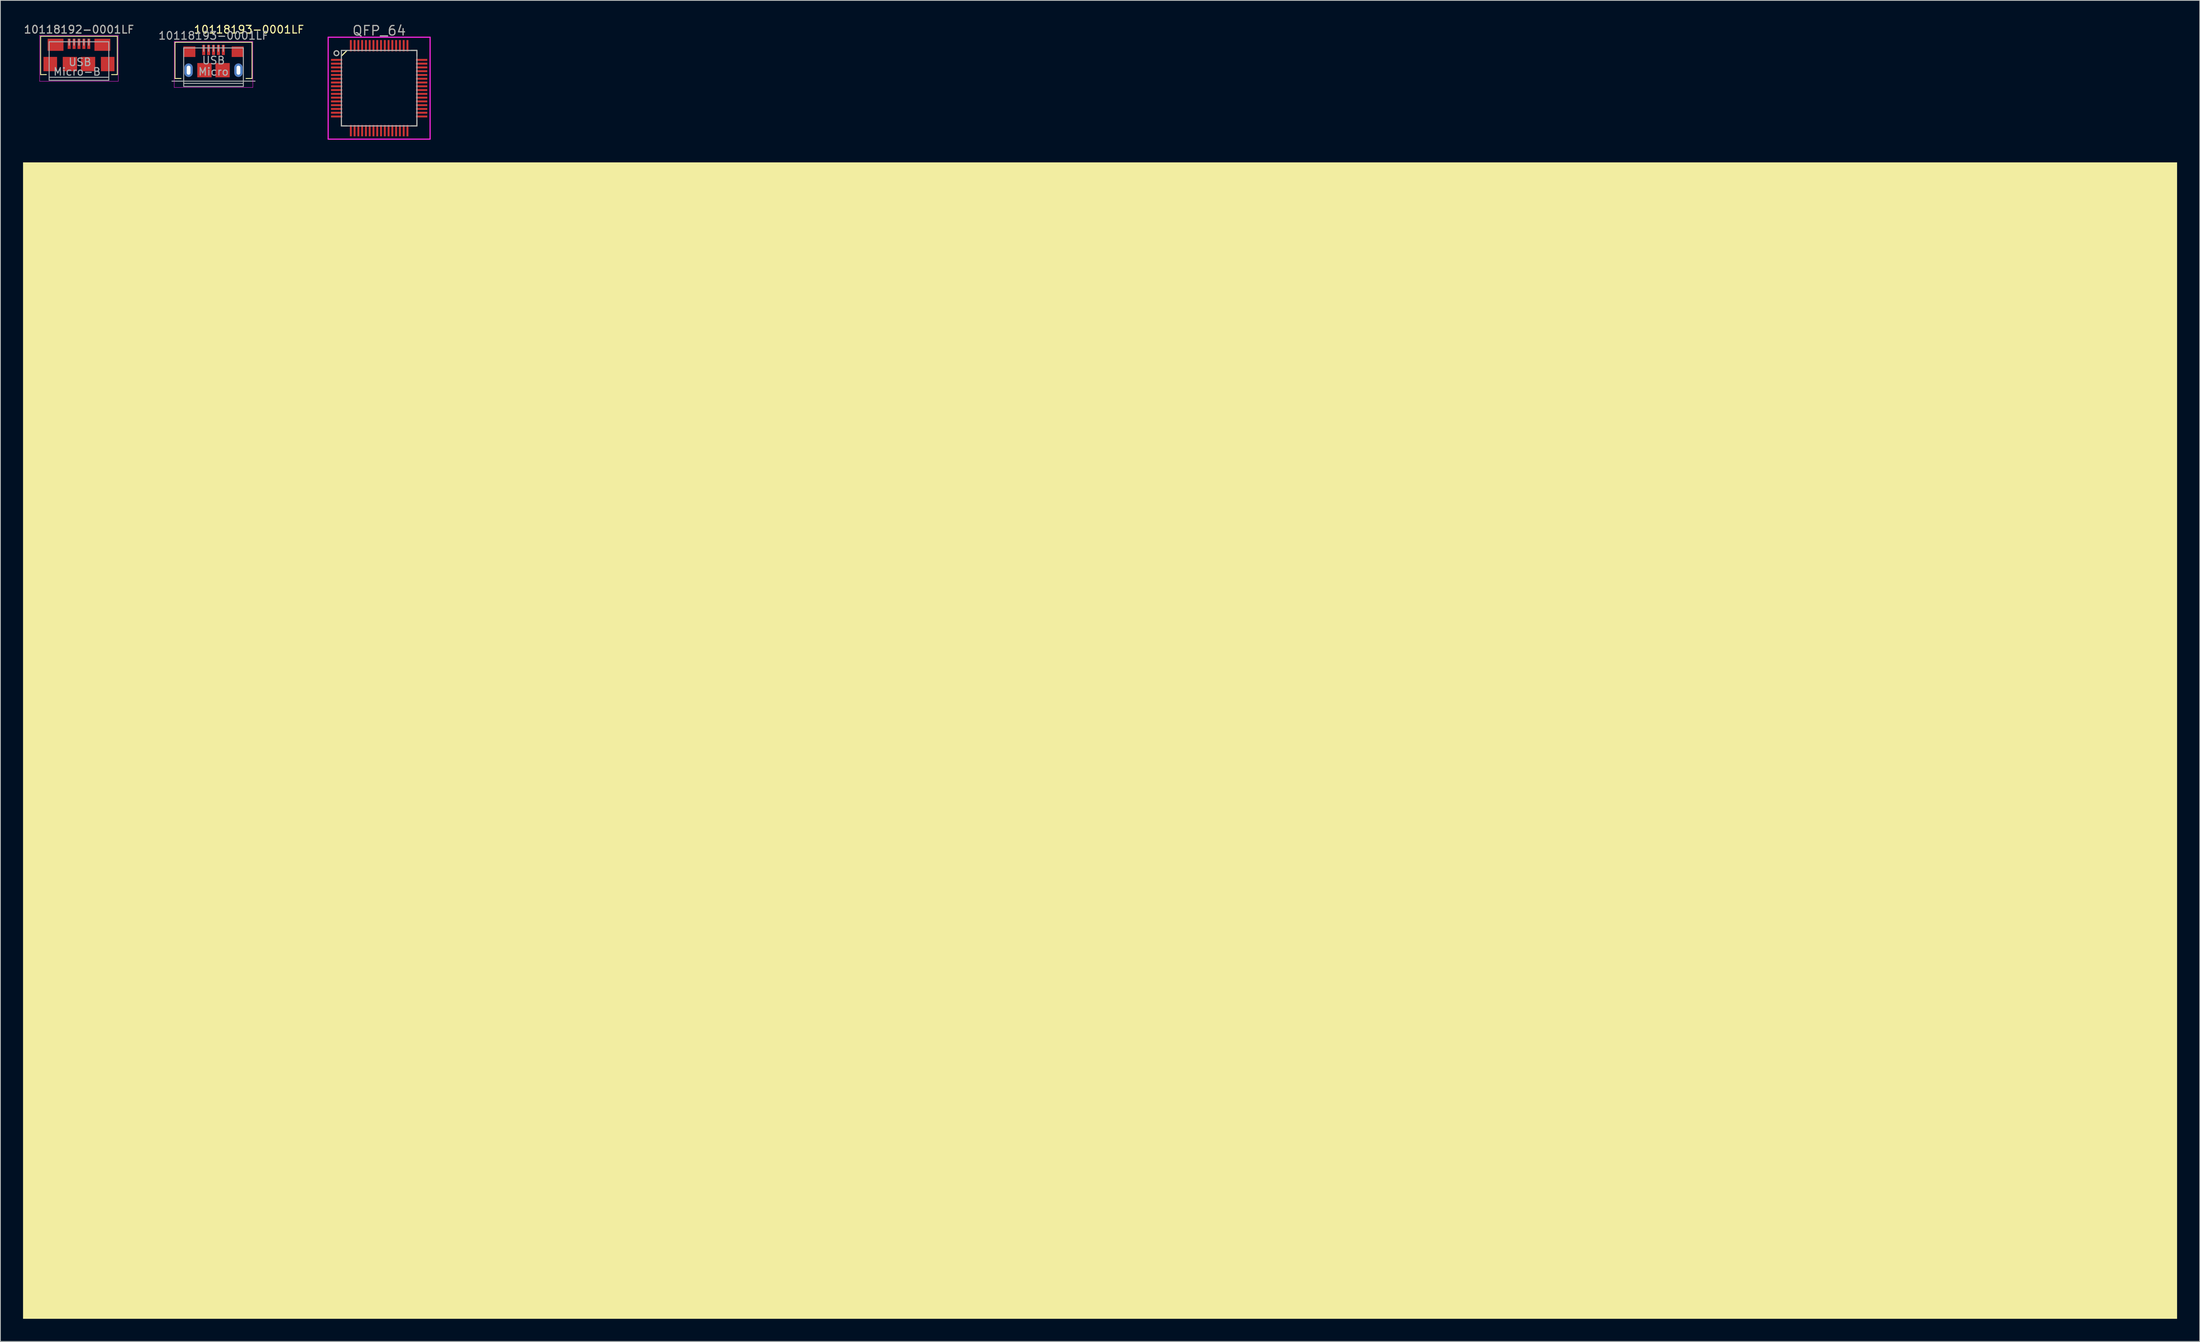
<source format=kicad_pcb>
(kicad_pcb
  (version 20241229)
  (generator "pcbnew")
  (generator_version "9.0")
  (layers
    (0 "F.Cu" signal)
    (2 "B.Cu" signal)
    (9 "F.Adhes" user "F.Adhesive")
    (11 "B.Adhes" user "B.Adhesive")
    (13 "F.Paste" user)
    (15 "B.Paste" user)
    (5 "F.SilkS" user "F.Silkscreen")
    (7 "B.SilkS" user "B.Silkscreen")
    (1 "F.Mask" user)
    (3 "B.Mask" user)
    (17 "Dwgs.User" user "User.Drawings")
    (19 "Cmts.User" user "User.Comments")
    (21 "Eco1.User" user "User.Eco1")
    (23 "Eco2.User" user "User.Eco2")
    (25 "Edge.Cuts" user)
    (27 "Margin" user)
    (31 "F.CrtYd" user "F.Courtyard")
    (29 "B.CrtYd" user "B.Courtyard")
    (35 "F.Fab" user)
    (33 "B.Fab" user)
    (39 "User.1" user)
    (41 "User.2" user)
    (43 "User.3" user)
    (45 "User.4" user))
  (footprint "QQ"
    (layer "F.Cu")
    (at 142.499 94.914)
    (property "Reference" "QQ" (at 0 0 0) (layer "F.SilkS") (effects (font (size 1.524 1.524) (thickness 0.3))))
    (attr through_hole)
    (fp_poly (pts (xy 142.748 76.708) (xy -142.494 76.708) (xy -142.494 -76.454) (xy 142.748 -76.454) (xy 142.748 76.708)) (stroke (width 0.01) (type solid)) (fill yes) (layer "F.SilkS")))
  (footprint "QFP_64"
    (layer "F.Cu")
    (at 47.157 8.63)
    (property "Reference" "QFP_64" (at 0 -7.62 0) (layer "F.SilkS") (effects (font (size 1.27 1.27) (thickness 0.152))))
    (attr through_hole)
    (fp_line (start -5 -4.25) (end -4.25 -5) (stroke (width 0.152) (type solid)) (layer "F.SilkS"))
    (fp_line (start -5 5) (end -5 4.25) (stroke (width 0.152) (type solid)) (layer "F.SilkS"))
    (fp_line (start -4.25 5) (end -5 5) (stroke (width 0.152) (type solid)) (layer "F.SilkS"))
    (fp_line (start 4.25 -5) (end 5 -5) (stroke (width 0.152) (type solid)) (layer "F.SilkS"))
    (fp_line (start 4.25 5) (end 5 5) (stroke (width 0.152) (type solid)) (layer "F.SilkS"))
    (fp_line (start 5 -5) (end 5 -4.25) (stroke (width 0.152) (type solid)) (layer "F.SilkS"))
    (fp_line (start 5 5) (end 5 4.25) (stroke (width 0.152) (type solid)) (layer "F.SilkS"))
    (fp_circle (center -5.652 -4.636) (end -5.461 -4.381) (stroke (width 0.152) (type solid)) (fill no) (layer "F.SilkS"))
    (fp_line (start -6.75 -6.75) (end 6.75 -6.75) (stroke (width 0.15) (type solid)) (layer "F.CrtYd"))
    (fp_line (start -6.75 6.75) (end -6.75 -6.75) (stroke (width 0.15) (type solid)) (layer "F.CrtYd"))
    (fp_line (start 6.75 -6.75) (end 6.75 6.75) (stroke (width 0.15) (type solid)) (layer "F.CrtYd"))
    (fp_line (start 6.75 6.75) (end -6.75 6.75) (stroke (width 0.15) (type solid)) (layer "F.CrtYd"))
    (fp_line (start -5 5) (end -5 -5) (stroke (width 0.152) (type solid)) (layer "F.Fab"))
    (fp_line (start -5 5) (end 5 5) (stroke (width 0.152) (type solid)) (layer "F.Fab"))
    (fp_line (start 5 -5) (end -5 -5) (stroke (width 0.152) (type solid)) (layer "F.Fab"))
    (fp_line (start 5 5) (end 5 -5) (stroke (width 0.152) (type solid)) (layer "F.Fab"))
    (fp_circle (center -5.652 -4.636) (end -5.461 -4.381) (stroke (width 0.152) (type solid)) (fill no) (layer "F.Fab"))
    (fp_text user "${REFERENCE}" (at 0 -7.62 0) (layer "F.Fab") (effects (font (size 1.27 1.27) (thickness 0.152))))
    (pad "1" smd rect (at -5.625 -3.75 90) (size 0.26 1.5) (layers "F.Cu" "F.Mask" "F.Paste"))
    (pad "2" smd rect (at -5.625 -3.25 90) (size 0.26 1.5) (layers "F.Cu" "F.Mask" "F.Paste"))
    (pad "3" smd rect (at -5.625 -2.75 90) (size 0.26 1.5) (layers "F.Cu" "F.Mask" "F.Paste"))
    (pad "4" smd rect (at -5.625 -2.25 90) (size 0.26 1.5) (layers "F.Cu" "F.Mask" "F.Paste"))
    (pad "5" smd rect (at -5.625 -1.75 90) (size 0.26 1.5) (layers "F.Cu" "F.Mask" "F.Paste"))
    (pad "6" smd rect (at -5.625 -1.25 90) (size 0.26 1.5) (layers "F.Cu" "F.Mask" "F.Paste"))
    (pad "7" smd rect (at -5.625 -0.75 90) (size 0.26 1.5) (layers "F.Cu" "F.Mask" "F.Paste"))
    (pad "8" smd rect (at -5.625 -0.25 90) (size 0.26 1.5) (layers "F.Cu" "F.Mask" "F.Paste"))
    (pad "9" smd rect (at -5.625 0.25 90) (size 0.26 1.5) (layers "F.Cu" "F.Mask" "F.Paste"))
    (pad "10" smd rect (at -5.625 0.75 90) (size 0.26 1.5) (layers "F.Cu" "F.Mask" "F.Paste"))
    (pad "11" smd rect (at -5.625 1.25 90) (size 0.26 1.5) (layers "F.Cu" "F.Mask" "F.Paste"))
    (pad "12" smd rect (at -5.625 1.75 90) (size 0.26 1.5) (layers "F.Cu" "F.Mask" "F.Paste"))
    (pad "13" smd rect (at -5.625 2.25 90) (size 0.26 1.5) (layers "F.Cu" "F.Mask" "F.Paste"))
    (pad "14" smd rect (at -5.625 2.75 90) (size 0.26 1.5) (layers "F.Cu" "F.Mask" "F.Paste"))
    (pad "15" smd rect (at -5.625 3.25 90) (size 0.26 1.5) (layers "F.Cu" "F.Mask" "F.Paste"))
    (pad "16" smd rect (at -5.625 3.75 90) (size 0.26 1.5) (layers "F.Cu" "F.Mask" "F.Paste"))
    (pad "17" smd rect (at -3.75 5.625) (size 0.26 1.5) (layers "F.Cu" "F.Mask" "F.Paste"))
    (pad "18" smd rect (at -3.25 5.625) (size 0.26 1.5) (layers "F.Cu" "F.Mask" "F.Paste"))
    (pad "19" smd rect (at -2.75 5.625) (size 0.26 1.5) (layers "F.Cu" "F.Mask" "F.Paste"))
    (pad "20" smd rect (at -2.25 5.625) (size 0.26 1.5) (layers "F.Cu" "F.Mask" "F.Paste"))
    (pad "21" smd rect (at -1.75 5.625) (size 0.26 1.5) (layers "F.Cu" "F.Mask" "F.Paste"))
    (pad "22" smd rect (at -1.25 5.625) (size 0.26 1.5) (layers "F.Cu" "F.Mask" "F.Paste"))
    (pad "23" smd rect (at -0.75 5.625) (size 0.26 1.5) (layers "F.Cu" "F.Mask" "F.Paste"))
    (pad "24" smd rect (at -0.25 5.625) (size 0.26 1.5) (layers "F.Cu" "F.Mask" "F.Paste"))
    (pad "25" smd rect (at 0.25 5.625) (size 0.26 1.5) (layers "F.Cu" "F.Mask" "F.Paste"))
    (pad "26" smd rect (at 0.75 5.625) (size 0.26 1.5) (layers "F.Cu" "F.Mask" "F.Paste"))
    (pad "27" smd rect (at 1.25 5.625) (size 0.26 1.5) (layers "F.Cu" "F.Mask" "F.Paste"))
    (pad "28" smd rect (at 1.75 5.625) (size 0.26 1.5) (layers "F.Cu" "F.Mask" "F.Paste"))
    (pad "29" smd rect (at 2.25 5.625) (size 0.26 1.5) (layers "F.Cu" "F.Mask" "F.Paste"))
    (pad "30" smd rect (at 2.75 5.625) (size 0.26 1.5) (layers "F.Cu" "F.Mask" "F.Paste"))
    (pad "31" smd rect (at 3.25 5.625) (size 0.26 1.5) (layers "F.Cu" "F.Mask" "F.Paste"))
    (pad "32" smd rect (at 3.75 5.625) (size 0.26 1.5) (layers "F.Cu" "F.Mask" "F.Paste"))
    (pad "33" smd rect (at 5.625 3.75 90) (size 0.26 1.5) (layers "F.Cu" "F.Mask" "F.Paste"))
    (pad "34" smd rect (at 5.625 3.25 90) (size 0.26 1.5) (layers "F.Cu" "F.Mask" "F.Paste"))
    (pad "35" smd rect (at 5.625 2.75 90) (size 0.26 1.5) (layers "F.Cu" "F.Mask" "F.Paste"))
    (pad "36" smd rect (at 5.625 2.25 90) (size 0.26 1.5) (layers "F.Cu" "F.Mask" "F.Paste"))
    (pad "37" smd rect (at 5.625 1.75 90) (size 0.26 1.5) (layers "F.Cu" "F.Mask" "F.Paste"))
    (pad "38" smd rect (at 5.625 1.25 90) (size 0.26 1.5) (layers "F.Cu" "F.Mask" "F.Paste"))
    (pad "39" smd rect (at 5.625 0.75 90) (size 0.26 1.5) (layers "F.Cu" "F.Mask" "F.Paste"))
    (pad "40" smd rect (at 5.625 0.25 90) (size 0.26 1.5) (layers "F.Cu" "F.Mask" "F.Paste"))
    (pad "41" smd rect (at 5.625 -0.25 90) (size 0.26 1.5) (layers "F.Cu" "F.Mask" "F.Paste"))
    (pad "42" smd rect (at 5.625 -0.75 90) (size 0.26 1.5) (layers "F.Cu" "F.Mask" "F.Paste"))
    (pad "43" smd rect (at 5.625 -1.25 90) (size 0.26 1.5) (layers "F.Cu" "F.Mask" "F.Paste"))
    (pad "44" smd rect (at 5.625 -1.75 90) (size 0.26 1.5) (layers "F.Cu" "F.Mask" "F.Paste"))
    (pad "45" smd rect (at 5.625 -2.25 90) (size 0.26 1.5) (layers "F.Cu" "F.Mask" "F.Paste"))
    (pad "46" smd rect (at 5.625 -2.75 90) (size 0.26 1.5) (layers "F.Cu" "F.Mask" "F.Paste"))
    (pad "47" smd rect (at 5.625 -3.25 90) (size 0.26 1.5) (layers "F.Cu" "F.Mask" "F.Paste"))
    (pad "48" smd rect (at 5.625 -3.75 90) (size 0.26 1.5) (layers "F.Cu" "F.Mask" "F.Paste"))
    (pad "49" smd rect (at 3.75 -5.625) (size 0.26 1.5) (layers "F.Cu" "F.Mask" "F.Paste"))
    (pad "50" smd rect (at 3.25 -5.625) (size 0.26 1.5) (layers "F.Cu" "F.Mask" "F.Paste"))
    (pad "51" smd rect (at 2.75 -5.625) (size 0.26 1.5) (layers "F.Cu" "F.Mask" "F.Paste"))
    (pad "52" smd rect (at 2.25 -5.625) (size 0.26 1.5) (layers "F.Cu" "F.Mask" "F.Paste"))
    (pad "53" smd rect (at 1.75 -5.625) (size 0.26 1.5) (layers "F.Cu" "F.Mask" "F.Paste"))
    (pad "54" smd rect (at 1.25 -5.625) (size 0.26 1.5) (layers "F.Cu" "F.Mask" "F.Paste"))
    (pad "55" smd rect (at 0.75 -5.625) (size 0.26 1.5) (layers "F.Cu" "F.Mask" "F.Paste"))
    (pad "56" smd rect (at 0.25 -5.625) (size 0.26 1.5) (layers "F.Cu" "F.Mask" "F.Paste"))
    (pad "57" smd rect (at -0.25 -5.625) (size 0.26 1.5) (layers "F.Cu" "F.Mask" "F.Paste"))
    (pad "58" smd rect (at -0.75 -5.625) (size 0.26 1.5) (layers "F.Cu" "F.Mask" "F.Paste"))
    (pad "59" smd rect (at -1.25 -5.625) (size 0.26 1.5) (layers "F.Cu" "F.Mask" "F.Paste"))
    (pad "60" smd rect (at -1.75 -5.625) (size 0.26 1.5) (layers "F.Cu" "F.Mask" "F.Paste"))
    (pad "61" smd rect (at -2.25 -5.625) (size 0.26 1.5) (layers "F.Cu" "F.Mask" "F.Paste"))
    (pad "62" smd rect (at -2.75 -5.625) (size 0.26 1.5) (layers "F.Cu" "F.Mask" "F.Paste"))
    (pad "63" smd rect (at -3.25 -5.625) (size 0.26 1.5) (layers "F.Cu" "F.Mask" "F.Paste"))
    (pad "64" smd rect (at -3.75 -5.625) (size 0.26 1.5) (layers "F.Cu" "F.Mask" "F.Paste")))
  (footprint "10118193-0001LF"
    (layer "F.Cu")
    (at 25.225 6.247)
    (property "Reference" "10118193-0001LF" (at 4.699 -5.385 0) (layer "F.SilkS") (effects (font (size 1.016 1.016) (thickness 0.152))))
    (attr smd)
    (fp_line (start -5.1 -3.7) (end 5.1 -3.7) (stroke (width 0.12) (type solid)) (layer "F.SilkS"))
    (fp_line (start -5.1 1.1) (end -5.1 -3.7) (stroke (width 0.12) (type solid)) (layer "F.SilkS"))
    (fp_line (start -5.1 1.1) (end -4.3 1.1) (stroke (width 0.12) (type solid)) (layer "F.SilkS"))
    (fp_line (start 4.3 1.1) (end 5.1 1.1) (stroke (width 0.12) (type solid)) (layer "F.SilkS"))
    (fp_line (start 5.1 1.1) (end 5.1 -3.7) (stroke (width 0.12) (type solid)) (layer "F.SilkS"))
    (fp_line (start -5.207 -3.81) (end 5.207 -3.81) (stroke (width 0.05) (type solid)) (layer "F.CrtYd"))
    (fp_line (start -5.207 2.286) (end -5.207 -3.81) (stroke (width 0.05) (type solid)) (layer "F.CrtYd"))
    (fp_line (start 5.207 -3.81) (end 5.207 2.286) (stroke (width 0.05) (type solid)) (layer "F.CrtYd"))
    (fp_line (start 5.207 2.286) (end -5.207 2.286) (stroke (width 0.05) (type solid)) (layer "F.CrtYd"))
    (fp_line (start -5.5 1.45) (end 5.5 1.45) (stroke (width 0.127) (type solid)) (layer "F.Fab"))
    (fp_line (start -3.95 -2.95) (end -3.95 2.15) (stroke (width 0.127) (type solid)) (layer "F.Fab"))
    (fp_line (start -1.3 -3.3) (end -1.3 -2.5) (stroke (width 0.127) (type solid)) (layer "F.Fab"))
    (fp_line (start -0.65 -3.3) (end -0.65 -2.5) (stroke (width 0.127) (type solid)) (layer "F.Fab"))
    (fp_line (start 0 -3.3) (end 0 -2.5) (stroke (width 0.127) (type solid)) (layer "F.Fab"))
    (fp_line (start 0.65 -3.3) (end 0.65 -2.5) (stroke (width 0.127) (type solid)) (layer "F.Fab"))
    (fp_line (start 1.3 -3.3) (end 1.3 -2.5) (stroke (width 0.127) (type solid)) (layer "F.Fab"))
    (fp_line (start 3.95 -2.95) (end -3.95 -2.95) (stroke (width 0.127) (type solid)) (layer "F.Fab"))
    (fp_line (start 3.95 -2.95) (end 3.95 2.15) (stroke (width 0.127) (type solid)) (layer "F.Fab"))
    (fp_line (start 3.95 1.75) (end -3.95 1.75) (stroke (width 0.127) (type solid)) (layer "F.Fab"))
    (fp_line (start 3.95 2.15) (end -3.95 2.15) (stroke (width 0.127) (type solid)) (layer "F.Fab"))
    (fp_text user "Micro" (at 0 0.2 0) (layer "F.Fab") (effects (font (size 1 1) (thickness 0.15))))
    (fp_text user "${REFERENCE}" (at 0 -4.572 0) (layer "F.Fab") (effects (font (size 1.016 1.016) (thickness 0.152))))
    (fp_text user "USB" (at 0 -1.3 0) (layer "F.Fab") (effects (font (size 1 1) (thickness 0.15))))
    (pad "1" smd rect (at -1.3 -2.675 90) (size 1.35 0.4) (layers "F.Cu" "F.Mask" "F.Paste"))
    (pad "2" smd rect (at -0.65 -2.675 90) (size 1.35 0.4) (layers "F.Cu" "F.Mask" "F.Paste"))
    (pad "3" smd rect (at 0 -2.675 90) (size 1.35 0.4) (layers "F.Cu" "F.Mask" "F.Paste"))
    (pad "4" smd rect (at 0.65 -2.675 90) (size 1.35 0.4) (layers "F.Cu" "F.Mask" "F.Paste"))
    (pad "5" smd rect (at 1.3 -2.675 90) (size 1.35 0.4) (layers "F.Cu" "F.Mask" "F.Paste"))
    (pad "6" thru_hole roundrect (at -3.3 0) (size 1.1 1.8) (drill oval 0.5 1.2) (layers "*.Cu" "*.Mask") (roundrect_rratio 0.5))
    (pad "6" smd rect (at -3.2 -2.45) (size 1.6 1.4) (layers "F.Cu" "F.Mask" "F.Paste"))
    (pad "6" smd rect (at -1.2 0 90) (size 1.9 1.9) (layers "F.Cu" "F.Mask" "F.Paste"))
    (pad "6" smd rect (at 1.2 0 90) (size 1.9 1.9) (layers "F.Cu" "F.Mask" "F.Paste"))
    (pad "6" smd rect (at 3.2 -2.45) (size 1.6 1.4) (layers "F.Cu" "F.Mask" "F.Paste"))
    (pad "6" thru_hole roundrect (at 3.3 0) (size 1.1 1.8) (drill oval 0.5 1.2) (layers "*.Cu" "*.Mask") (roundrect_rratio 0.5)))
  (footprint "10118192-0001LF"
    (layer "F.Cu")
    (at 7.408 5.434)
    (property "Reference" "10118192-0001LF" (at 0 -4.572 0) (layer "F.SilkS") (effects (font (size 1.016 1.016) (thickness 0.152))))
    (attr smd)
    (fp_line (start -5.08 -3.683) (end 5.08 -3.683) (stroke (width 0.12) (type solid)) (layer "F.SilkS"))
    (fp_line (start -5.08 1.397) (end -5.08 -3.683) (stroke (width 0.12) (type solid)) (layer "F.SilkS"))
    (fp_line (start -5.08 1.397) (end -4.318 1.397) (stroke (width 0.12) (type solid)) (layer "F.SilkS"))
    (fp_line (start 4.318 1.397) (end 5.08 1.397) (stroke (width 0.12) (type solid)) (layer "F.SilkS"))
    (fp_line (start 5.08 1.397) (end 5.08 -3.683) (stroke (width 0.12) (type solid)) (layer "F.SilkS"))
    (fp_line (start -5.207 -3.81) (end 5.207 -3.81) (stroke (width 0.05) (type solid)) (layer "F.CrtYd"))
    (fp_line (start -5.207 2.286) (end -5.207 -3.81) (stroke (width 0.05) (type solid)) (layer "F.CrtYd"))
    (fp_line (start 5.207 -3.81) (end 5.207 2.286) (stroke (width 0.05) (type solid)) (layer "F.CrtYd"))
    (fp_line (start 5.207 2.286) (end -5.207 2.286) (stroke (width 0.05) (type solid)) (layer "F.CrtYd"))
    (fp_line (start -3.95 -2.95) (end -3.95 2.15) (stroke (width 0.127) (type solid)) (layer "F.Fab"))
    (fp_line (start -1.3 -3.3) (end -1.3 -2.5) (stroke (width 0.127) (type solid)) (layer "F.Fab"))
    (fp_line (start -0.65 -3.3) (end -0.65 -2.5) (stroke (width 0.127) (type solid)) (layer "F.Fab"))
    (fp_line (start 0 -3.3) (end 0 -2.5) (stroke (width 0.127) (type solid)) (layer "F.Fab"))
    (fp_line (start 0.65 -3.3) (end 0.65 -2.5) (stroke (width 0.127) (type solid)) (layer "F.Fab"))
    (fp_line (start 1.3 -3.3) (end 1.3 -2.5) (stroke (width 0.127) (type solid)) (layer "F.Fab"))
    (fp_line (start 3.95 -2.95) (end -3.95 -2.95) (stroke (width 0.127) (type solid)) (layer "F.Fab"))
    (fp_line (start 3.95 -2.95) (end 3.95 2.15) (stroke (width 0.127) (type solid)) (layer "F.Fab"))
    (fp_line (start 3.95 1.75) (end -3.95 1.75) (stroke (width 0.127) (type solid)) (layer "F.Fab"))
    (fp_line (start 3.95 2.15) (end -3.95 2.15) (stroke (width 0.127) (type solid)) (layer "F.Fab"))
    (fp_text user "${REFERENCE}" (at 0 -4.572 0) (layer "F.Fab") (effects (font (size 1.016 1.016) (thickness 0.152))))
    (fp_text user "USB" (at 0.127 -0.254 0) (layer "F.Fab") (effects (font (size 1 1) (thickness 0.15))))
    (fp_text user "Micro-B" (at -0.254 1.016 0) (layer "F.Fab") (effects (font (size 1 1) (thickness 0.15))))
    (pad "1" smd rect (at -1.3 -2.675 90) (size 1.35 0.4) (layers "F.Cu" "F.Mask" "F.Paste"))
    (pad "2" smd rect (at -0.65 -2.675 90) (size 1.35 0.4) (layers "F.Cu" "F.Mask" "F.Paste"))
    (pad "3" smd rect (at 0 -2.675 90) (size 1.35 0.4) (layers "F.Cu" "F.Mask" "F.Paste"))
    (pad "4" smd rect (at 0.65 -2.675 90) (size 1.35 0.4) (layers "F.Cu" "F.Mask" "F.Paste"))
    (pad "5" smd rect (at 1.3 -2.675 90) (size 1.35 0.4) (layers "F.Cu" "F.Mask" "F.Paste"))
    (pad "6" smd rect (at -3.8 0 90) (size 1.9 1.8) (layers "F.Cu" "F.Mask" "F.Paste"))
    (pad "6" smd rect (at -3.1 -2.55 90) (size 1.6 2.1) (layers "F.Cu" "F.Mask" "F.Paste"))
    (pad "6" smd rect (at -1.2 0 90) (size 1.9 1.9) (layers "F.Cu" "F.Mask" "F.Paste"))
    (pad "6" smd rect (at 1.2 0 90) (size 1.9 1.9) (layers "F.Cu" "F.Mask" "F.Paste"))
    (pad "6" smd rect (at 3.1 -2.55 90) (size 1.6 2.1) (layers "F.Cu" "F.Mask" "F.Paste"))
    (pad "6" smd rect (at 3.8 0 90) (size 1.9 1.8) (layers "F.Cu" "F.Mask" "F.Paste")))
  (gr_rect
    (start -3 -3)
    (end 288.252 174.627)
    (stroke (width 0.1) (type default))
    (fill no)
    (layer "Edge.Cuts")))
</source>
